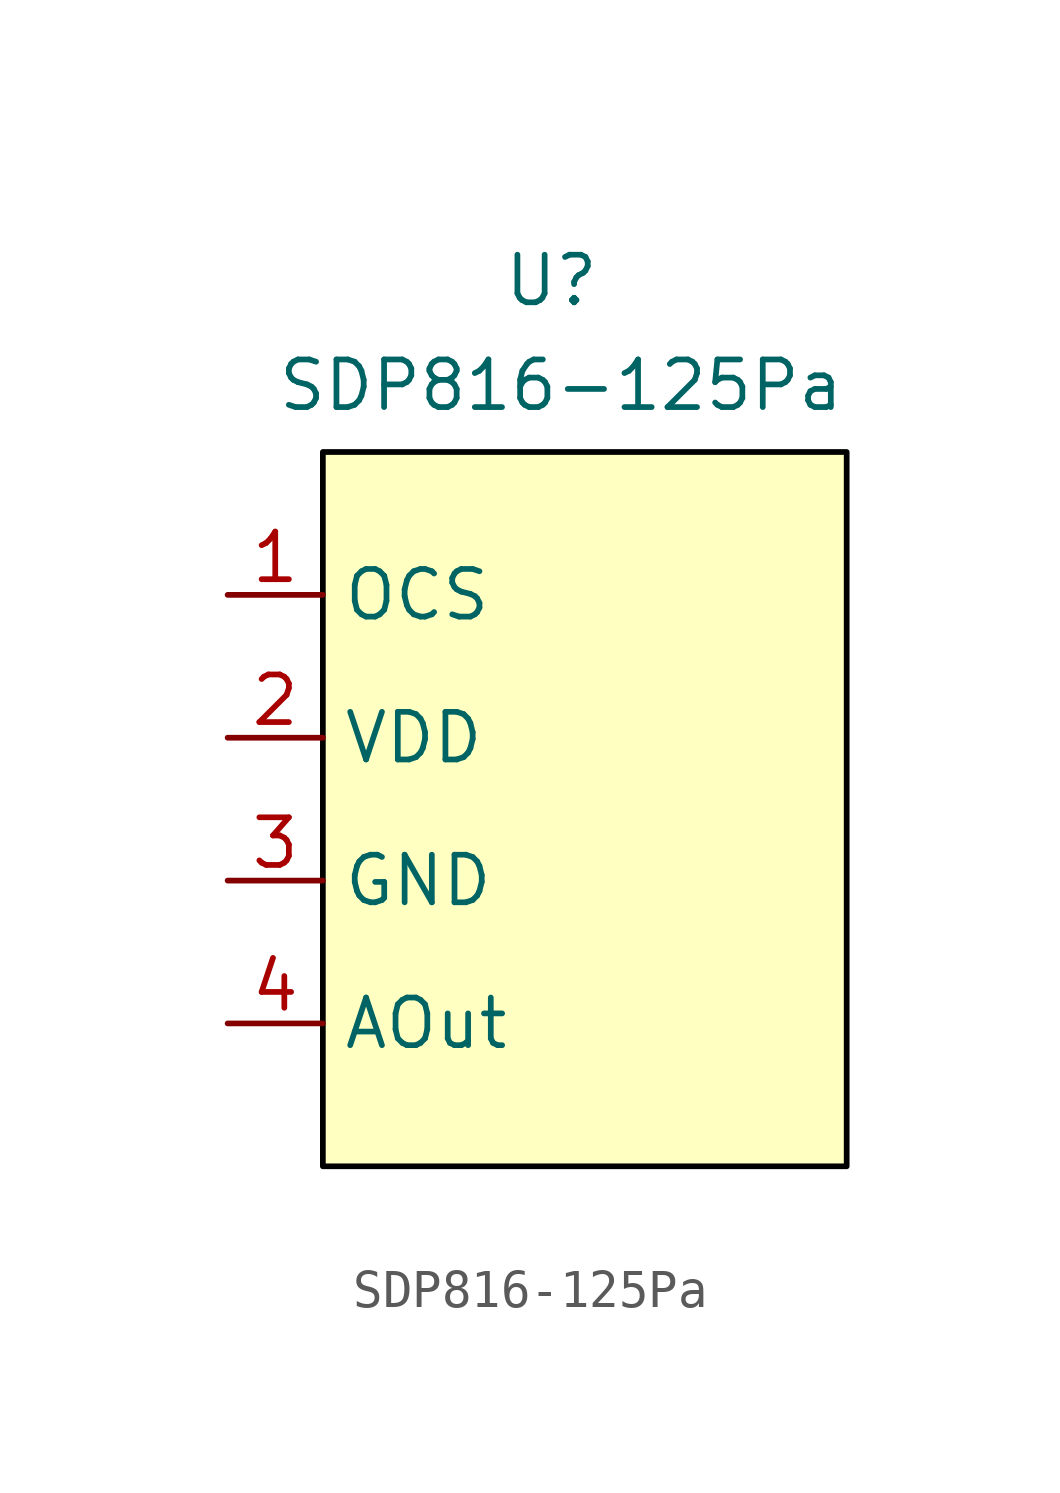
<source format=kicad_sym>
(kicad_symbol_lib
  (version 20241209)
  (generator "kicad_symbol_editor")
  (generator_version "9.0")
  (symbol "SDP816-125Pa"
    (property "Reference" "U"
      (at -1.524 13.462 0)
      (effects (font (size 1.27 1.27))))
    (property "Value" "SDP816-125Pa"
      (at -1.27 10.668 0)
      (effects (font (size 1.27 1.27))))
    (symbol "SDP816-125Pa_0_1"
      (rectangle (start -7.62 8.89) (end 6.35 -10.16) (stroke (width 0) (type default) (color 0 0 0 1)) (fill (type color) (color 255 255 194 1))))
    (symbol "SDP816-125Pa_1_1"
      (pin input line (at -10.16 5.08 0) (length 2.54) (name "OCS" (effects (font (size 1.27 1.27)))) (number "1" (effects (font (size 1.27 1.27)))))
      (pin power_in line (at -10.16 1.27 0) (length 2.54) (name "VDD" (effects (font (size 1.27 1.27)))) (number "2" (effects (font (size 1.27 1.27)))))
      (pin power_in line (at -10.16 -2.54 0) (length 2.54) (name "GND" (effects (font (size 1.27 1.27)))) (number "3" (effects (font (size 1.27 1.27)))))
      (pin output line (at -10.16 -6.35 0) (length 2.54) (name "AOut" (effects (font (size 1.27 1.27)))) (number "4" (effects (font (size 1.27 1.27))))))))
</source>
